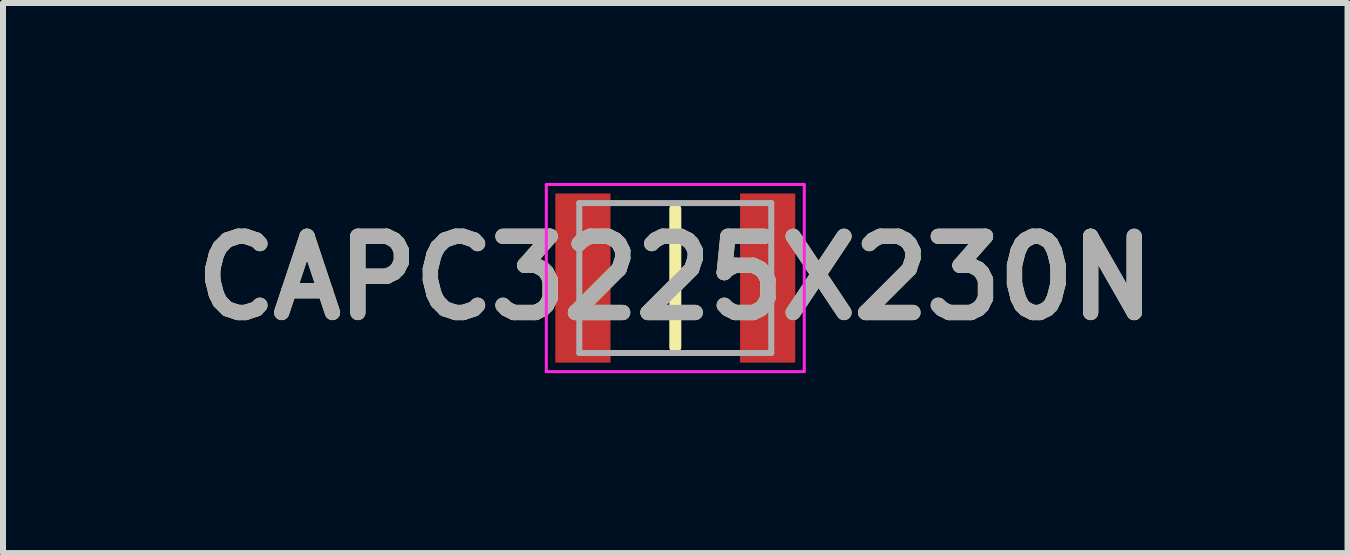
<source format=kicad_pcb>
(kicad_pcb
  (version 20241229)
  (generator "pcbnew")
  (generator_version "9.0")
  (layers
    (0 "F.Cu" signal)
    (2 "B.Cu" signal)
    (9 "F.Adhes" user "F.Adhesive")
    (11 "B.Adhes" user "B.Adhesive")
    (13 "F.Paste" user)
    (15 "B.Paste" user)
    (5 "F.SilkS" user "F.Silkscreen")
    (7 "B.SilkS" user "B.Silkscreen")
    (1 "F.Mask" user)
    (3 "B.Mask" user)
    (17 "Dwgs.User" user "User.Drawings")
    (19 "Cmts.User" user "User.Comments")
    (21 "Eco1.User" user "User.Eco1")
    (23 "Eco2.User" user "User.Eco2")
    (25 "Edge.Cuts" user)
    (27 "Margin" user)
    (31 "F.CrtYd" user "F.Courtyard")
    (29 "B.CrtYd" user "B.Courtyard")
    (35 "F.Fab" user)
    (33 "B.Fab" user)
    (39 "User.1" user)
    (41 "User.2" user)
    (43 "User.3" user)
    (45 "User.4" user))
  (footprint "CAPC3225X230N"
    (layer "F.Cu")
    (at 8.207 1.585)
    (property "Reference" "CAPC3225X230N" (at 0 0 0) (layer "F.SilkS") (effects (font (size 1.27 1.27) (thickness 0.254))))
    (attr smd)
    (fp_line (start 0 -1.15) (end 0 1.15) (stroke (width 0.2) (type solid)) (layer "F.SilkS"))
    (fp_line (start -2.15 -1.56) (end 2.15 -1.56) (stroke (width 0.05) (type solid)) (layer "F.CrtYd"))
    (fp_line (start -2.15 1.56) (end -2.15 -1.56) (stroke (width 0.05) (type solid)) (layer "F.CrtYd"))
    (fp_line (start 2.15 -1.56) (end 2.15 1.56) (stroke (width 0.05) (type solid)) (layer "F.CrtYd"))
    (fp_line (start 2.15 1.56) (end -2.15 1.56) (stroke (width 0.05) (type solid)) (layer "F.CrtYd"))
    (fp_line (start -1.6 -1.25) (end 1.6 -1.25) (stroke (width 0.1) (type solid)) (layer "F.Fab"))
    (fp_line (start -1.6 1.25) (end -1.6 -1.25) (stroke (width 0.1) (type solid)) (layer "F.Fab"))
    (fp_line (start 1.6 -1.25) (end 1.6 1.25) (stroke (width 0.1) (type solid)) (layer "F.Fab"))
    (fp_line (start 1.6 1.25) (end -1.6 1.25) (stroke (width 0.1) (type solid)) (layer "F.Fab"))
    (fp_text user "${REFERENCE}" (at 0 0 0) (layer "F.Fab") (effects (font (size 1.27 1.27) (thickness 0.254))))
    (pad "1" smd rect (at -1.54 0) (size 0.92 2.82) (layers "F.Cu" "F.Mask" "F.Paste"))
    (pad "2" smd rect (at 1.54 0) (size 0.92 2.82) (layers "F.Cu" "F.Mask" "F.Paste")))
  (gr_rect
    (start -3 -3)
    (end 19.413 6.17)
    (stroke (width 0.1) (type default))
    (fill no)
    (layer "Edge.Cuts")))
</source>
